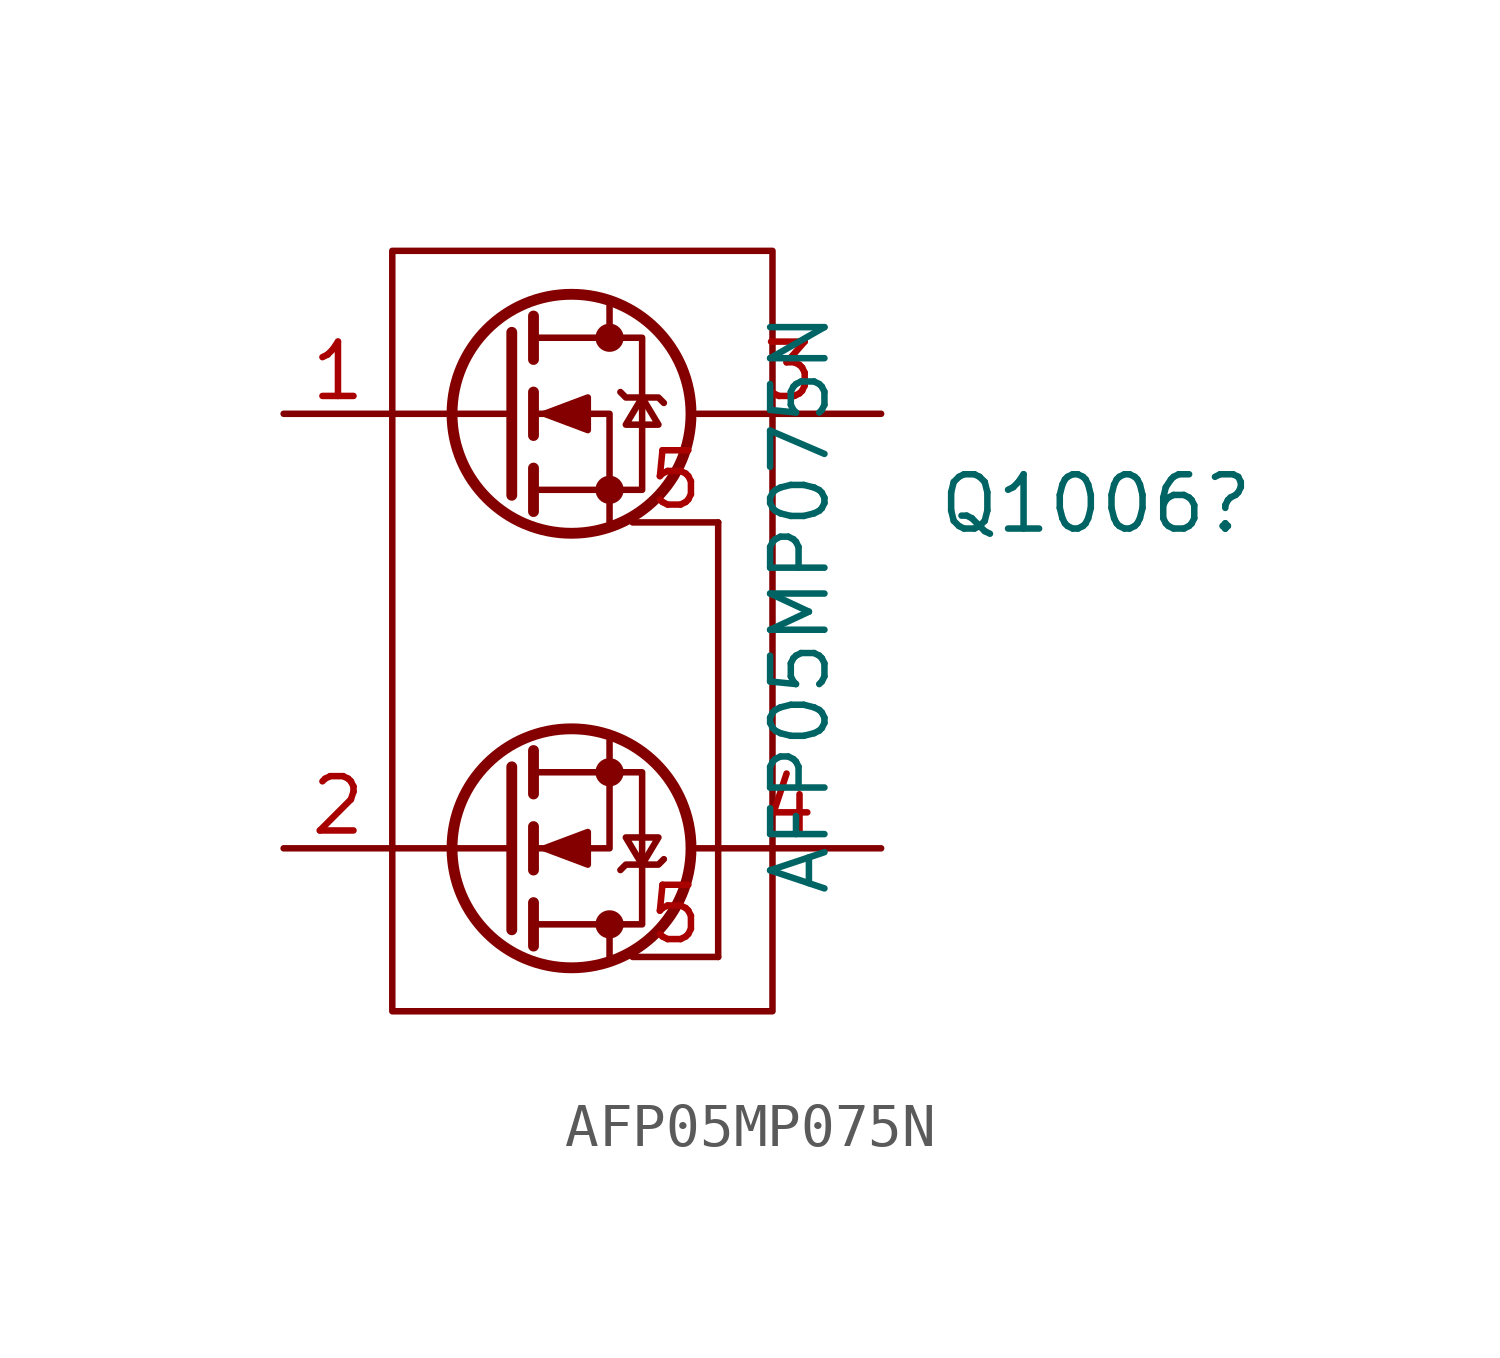
<source format=kicad_sym>
(kicad_symbol_lib
  (version 20211014)
  (generator kicad_symbol_editor)
  (symbol "AFP05MP075N"
    (pin_names
      (offset 0) hide)
    (property "Reference" "Q1006"
      (at 13.914 -2.104 0)
      (effects (font (size 1.27 1.27))))
    (property "Value" "AFP05MP075N"
      (at 6.985 -4.445 90)
      (effects (font (size 1.27 1.27))))
    (symbol "AFP05MP075N_0_1"
      (polyline (pts (xy 0.254 -12.065) (xy 0.254 -8.255)) (stroke (width 0.254) (type default) (color 0 0 0 0)) (fill (type none)))
      (polyline (pts (xy 0.254 -10.16) (xy -2.54 -10.16)) (stroke (width 0) (type default) (color 0 0 0 0)) (fill (type none)))
      (polyline (pts (xy 0.254 0) (xy -2.54 0)) (stroke (width 0) (type default) (color 0 0 0 0)) (fill (type none)))
      (polyline (pts (xy 0.254 1.905) (xy 0.254 -1.905)) (stroke (width 0.254) (type default) (color 0 0 0 0)) (fill (type none)))
      (polyline (pts (xy 0.762 -12.446) (xy 0.762 -11.43)) (stroke (width 0.254) (type default) (color 0 0 0 0)) (fill (type none)))
      (polyline (pts (xy 0.762 -10.668) (xy 0.762 -9.652)) (stroke (width 0.254) (type default) (color 0 0 0 0)) (fill (type none)))
      (polyline (pts (xy 0.762 -8.89) (xy 0.762 -7.874)) (stroke (width 0.254) (type default) (color 0 0 0 0)) (fill (type none)))
      (polyline (pts (xy 0.762 -1.27) (xy 0.762 -2.286)) (stroke (width 0.254) (type default) (color 0 0 0 0)) (fill (type none)))
      (polyline (pts (xy 0.762 0.508) (xy 0.762 -0.508)) (stroke (width 0.254) (type default) (color 0 0 0 0)) (fill (type none)))
      (polyline (pts (xy 0.762 2.286) (xy 0.762 1.27)) (stroke (width 0.254) (type default) (color 0 0 0 0)) (fill (type none)))
      (polyline (pts (xy 2.54 -12.7) (xy 2.54 -11.938)) (stroke (width 0) (type default) (color 0 0 0 0)) (fill (type none)))
      (polyline (pts (xy 2.54 2.54) (xy 2.54 1.778)) (stroke (width 0) (type default) (color 0 0 0 0)) (fill (type none)))
      (polyline (pts (xy 5.08 -2.54) (xy 5.08 -12.7)) (stroke (width 0.152) (type default) (color 0 0 0 0)) (fill (type none)))
      (polyline (pts (xy 2.54 -7.62) (xy 2.54 -10.16) (xy 0.762 -10.16)) (stroke (width 0) (type default) (color 0 0 0 0)) (fill (type none)))
      (polyline (pts (xy 2.54 -2.54) (xy 2.54 0) (xy 0.762 0)) (stroke (width 0) (type default) (color 0 0 0 0)) (fill (type none)))
      (polyline (pts (xy 0.762 -8.382) (xy 3.302 -8.382) (xy 3.302 -11.938) (xy 0.762 -11.938)) (stroke (width 0) (type default) (color 0 0 0 0)) (fill (type none)))
      (polyline (pts (xy 0.762 -1.778) (xy 3.302 -1.778) (xy 3.302 1.778) (xy 0.762 1.778)) (stroke (width 0) (type default) (color 0 0 0 0)) (fill (type none)))
      (polyline (pts (xy 1.016 -10.16) (xy 2.032 -10.541) (xy 2.032 -9.779) (xy 1.016 -10.16)) (stroke (width 0) (type default) (color 0 0 0 0)) (fill (type outline)))
      (polyline (pts (xy 1.016 0) (xy 2.032 0.381) (xy 2.032 -0.381) (xy 1.016 0)) (stroke (width 0) (type default) (color 0 0 0 0)) (fill (type outline)))
      (polyline (pts (xy 2.794 -10.668) (xy 2.921 -10.541) (xy 3.683 -10.541) (xy 3.81 -10.414)) (stroke (width 0) (type default) (color 0 0 0 0)) (fill (type none)))
      (polyline (pts (xy 2.794 0.508) (xy 2.921 0.381) (xy 3.683 0.381) (xy 3.81 0.254)) (stroke (width 0) (type default) (color 0 0 0 0)) (fill (type none)))
      (polyline (pts (xy 3.302 -10.541) (xy 2.921 -9.906) (xy 3.683 -9.906) (xy 3.302 -10.541)) (stroke (width 0) (type default) (color 0 0 0 0)) (fill (type none)))
      (polyline (pts (xy 3.302 0.381) (xy 2.921 -0.254) (xy 3.683 -0.254) (xy 3.302 0.381)) (stroke (width 0) (type default) (color 0 0 0 0)) (fill (type none)))
      (circle (center 1.651 -10.16) (radius 2.794) (stroke (width 0.254) (type default) (color 0 0 0 0)) (fill (type none)))
      (circle (center 1.651 0) (radius 2.794) (stroke (width 0.254) (type default) (color 0 0 0 0)) (fill (type none)))
      (circle (center 2.54 -11.938) (radius 0.254) (stroke (width 0) (type default) (color 0 0 0 0)) (fill (type outline)))
      (circle (center 2.54 -8.382) (radius 0.254) (stroke (width 0) (type default) (color 0 0 0 0)) (fill (type outline)))
      (circle (center 2.54 -1.778) (radius 0.254) (stroke (width 0) (type default) (color 0 0 0 0)) (fill (type outline)))
      (circle (center 2.54 1.778) (radius 0.254) (stroke (width 0) (type default) (color 0 0 0 0)) (fill (type outline)))
      (rectangle (start 6.35 -13.97) (end -2.54 3.81) (stroke (width 0.152) (type default) (color 0 0 0 0)) (fill (type none))))
    (symbol "AFP05MP075N_1_1"
      (pin input line (at -5.08 0 0) (length 2.54) (name "G" (effects (font (size 1.27 1.27)))) (number "1" (effects (font (size 1.27 1.27)))))
      (pin input line (at -5.08 -10.16 0) (length 2.54) (name "G" (effects (font (size 1.27 1.27)))) (number "2" (effects (font (size 1.27 1.27)))))
      (pin output line (at 8.89 0 180) (length 4.3) (name "D" (effects (font (size 1.27 1.27)))) (number "3" (effects (font (size 1.27 1.27)))))
      (pin output line (at 8.89 -10.16 180) (length 4.3) (name "D" (effects (font (size 1.27 1.27)))) (number "4" (effects (font (size 1.27 1.27)))))
      (pin passive line (at 5.08 -12.7 180) (length 2) (name "S" (effects (font (size 1.27 1.27)))) (number "5" (effects (font (size 1.27 1.27)))))
      (pin passive line (at 5.08 -2.54 180) (length 2) (name "S" (effects (font (size 1.27 1.27)))) (number "5" (effects (font (size 1.27 1.27))))))))
</source>
